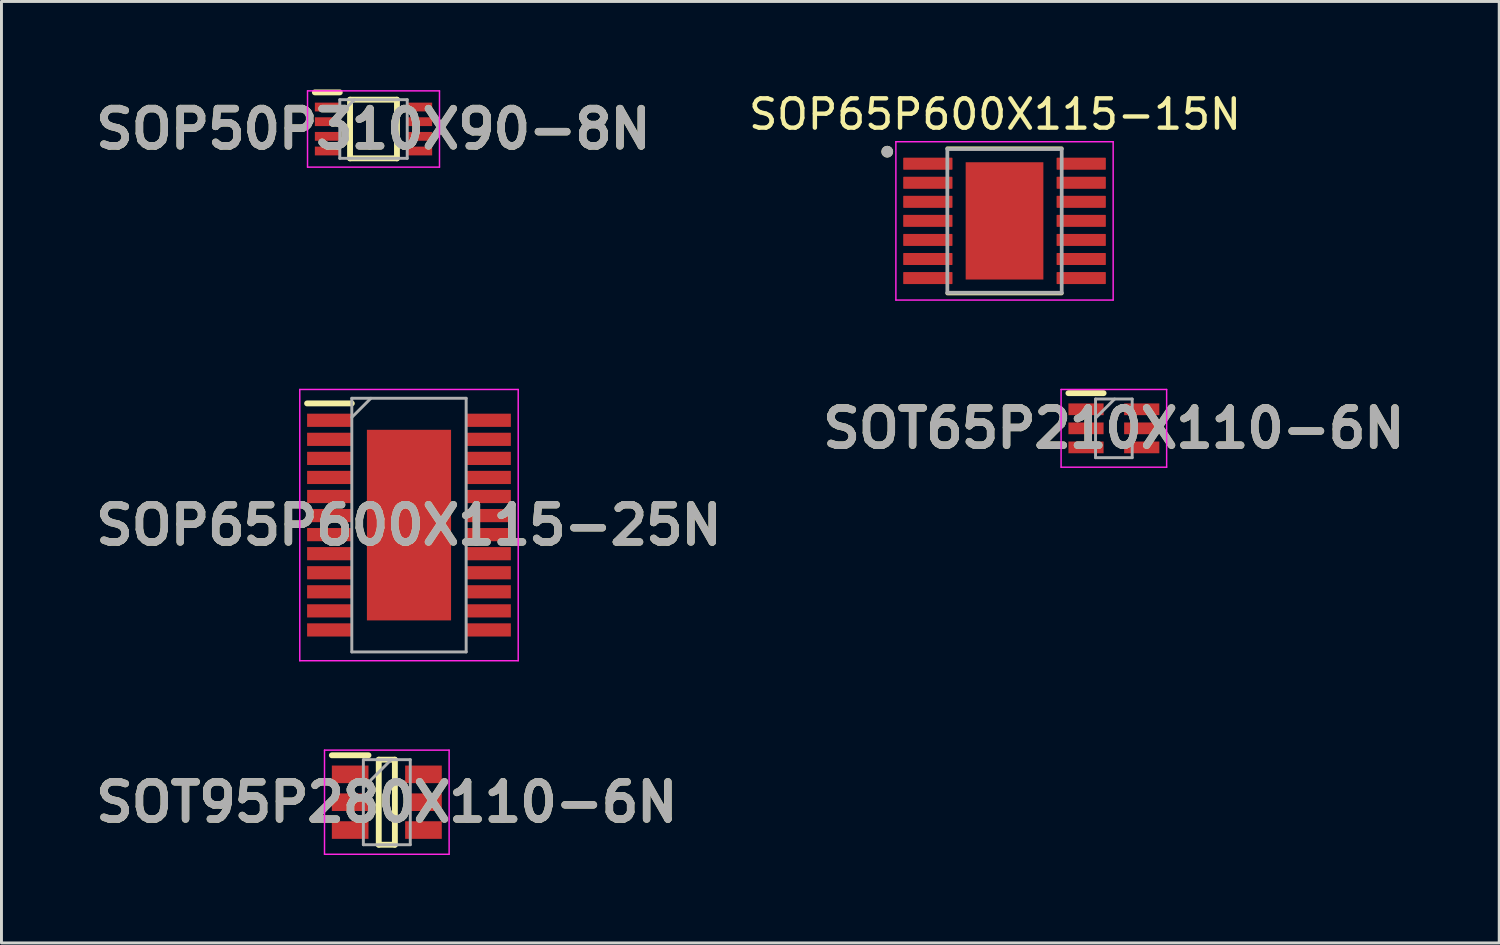
<source format=kicad_pcb>
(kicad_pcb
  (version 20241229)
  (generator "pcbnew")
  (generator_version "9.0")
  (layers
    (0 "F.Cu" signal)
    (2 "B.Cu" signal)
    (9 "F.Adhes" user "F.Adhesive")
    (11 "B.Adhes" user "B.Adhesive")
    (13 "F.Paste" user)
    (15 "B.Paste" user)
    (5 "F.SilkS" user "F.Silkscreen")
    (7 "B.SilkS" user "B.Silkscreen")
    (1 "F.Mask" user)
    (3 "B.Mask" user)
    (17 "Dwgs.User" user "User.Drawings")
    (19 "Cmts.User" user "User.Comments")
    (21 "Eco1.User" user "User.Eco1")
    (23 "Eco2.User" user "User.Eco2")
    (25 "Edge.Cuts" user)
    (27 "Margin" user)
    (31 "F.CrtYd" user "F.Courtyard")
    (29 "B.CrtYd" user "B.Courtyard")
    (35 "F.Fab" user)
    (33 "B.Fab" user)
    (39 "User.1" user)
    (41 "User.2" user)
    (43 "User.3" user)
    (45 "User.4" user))
  (footprint "SOT95P280X110-6N"
    (layer "F.Cu")
    (at 10.142 24.308)
    (property "Reference" "SOT95P280X110-6N" (at 0 0 0) (layer "F.SilkS") (effects (font (size 1.27 1.27) (thickness 0.254))))
    (attr smd)
    (fp_line (start -1.875 -1.6) (end -0.625 -1.6) (stroke (width 0.2) (type solid)) (layer "F.SilkS"))
    (fp_line (start -0.275 -1.45) (end 0.275 -1.45) (stroke (width 0.2) (type solid)) (layer "F.SilkS"))
    (fp_line (start -0.275 1.45) (end -0.275 -1.45) (stroke (width 0.2) (type solid)) (layer "F.SilkS"))
    (fp_line (start 0.275 -1.45) (end 0.275 1.45) (stroke (width 0.2) (type solid)) (layer "F.SilkS"))
    (fp_line (start 0.275 1.45) (end -0.275 1.45) (stroke (width 0.2) (type solid)) (layer "F.SilkS"))
    (fp_line (start -2.125 -1.775) (end 2.125 -1.775) (stroke (width 0.05) (type solid)) (layer "F.CrtYd"))
    (fp_line (start -2.125 1.775) (end -2.125 -1.775) (stroke (width 0.05) (type solid)) (layer "F.CrtYd"))
    (fp_line (start 2.125 -1.775) (end 2.125 1.775) (stroke (width 0.05) (type solid)) (layer "F.CrtYd"))
    (fp_line (start 2.125 1.775) (end -2.125 1.775) (stroke (width 0.05) (type solid)) (layer "F.CrtYd"))
    (fp_line (start -0.8 -1.45) (end 0.8 -1.45) (stroke (width 0.1) (type solid)) (layer "F.Fab"))
    (fp_line (start -0.8 -0.5) (end 0.15 -1.45) (stroke (width 0.1) (type solid)) (layer "F.Fab"))
    (fp_line (start -0.8 1.45) (end -0.8 -1.45) (stroke (width 0.1) (type solid)) (layer "F.Fab"))
    (fp_line (start 0.8 -1.45) (end 0.8 1.45) (stroke (width 0.1) (type solid)) (layer "F.Fab"))
    (fp_line (start 0.8 1.45) (end -0.8 1.45) (stroke (width 0.1) (type solid)) (layer "F.Fab"))
    (fp_text user "${REFERENCE}" (at 0 0 0) (layer "F.Fab") (effects (font (size 1.27 1.27) (thickness 0.254))))
    (pad "1" smd rect (at -1.25 -0.95 90) (size 0.6 1.25) (layers "F.Cu" "F.Mask" "F.Paste"))
    (pad "2" smd rect (at -1.25 0 90) (size 0.6 1.25) (layers "F.Cu" "F.Mask" "F.Paste"))
    (pad "3" smd rect (at -1.25 0.95 90) (size 0.6 1.25) (layers "F.Cu" "F.Mask" "F.Paste"))
    (pad "4" smd rect (at 1.25 0.95 90) (size 0.6 1.25) (layers "F.Cu" "F.Mask" "F.Paste"))
    (pad "5" smd rect (at 1.25 0 90) (size 0.6 1.25) (layers "F.Cu" "F.Mask" "F.Paste"))
    (pad "6" smd rect (at 1.25 -0.95 90) (size 0.6 1.25) (layers "F.Cu" "F.Mask" "F.Paste")))
  (footprint "SOP65P600X115-15N"
    (layer "F.Cu")
    (at 31.208 4.483)
    (property "Reference" "SOP65P600X115-15N" (at -0.325 -3.635 0) (layer "F.SilkS") (effects (font (size 1 1) (thickness 0.15))))
    (attr through_hole)
    (fp_line (start -1.95 -2.475) (end 1.95 -2.475) (stroke (width 0.127) (type solid)) (layer "F.SilkS"))
    (fp_line (start -1.95 2.475) (end 1.95 2.475) (stroke (width 0.127) (type solid)) (layer "F.SilkS"))
    (fp_circle (center -4 -2.36) (end -3.9 -2.36) (stroke (width 0.2) (type solid)) (fill no) (layer "F.SilkS"))
    (fp_poly (pts (xy -0.838 -1.26) (xy 0.838 -1.26) (xy 0.838 1.26) (xy -0.838 1.26)) (stroke (width 0.01) (type solid)) (fill yes) (layer "F.Paste"))
    (fp_line (start -3.705 -2.7) (end -3.705 2.7) (stroke (width 0.05) (type solid)) (layer "F.CrtYd"))
    (fp_line (start -3.705 -2.7) (end 3.705 -2.7) (stroke (width 0.05) (type solid)) (layer "F.CrtYd"))
    (fp_line (start -3.705 2.7) (end 3.705 2.7) (stroke (width 0.05) (type solid)) (layer "F.CrtYd"))
    (fp_line (start 3.705 -2.7) (end 3.705 2.7) (stroke (width 0.05) (type solid)) (layer "F.CrtYd"))
    (fp_line (start -1.95 -2.45) (end -1.95 2.45) (stroke (width 0.127) (type solid)) (layer "F.Fab"))
    (fp_line (start -1.95 -2.45) (end 1.95 -2.45) (stroke (width 0.127) (type solid)) (layer "F.Fab"))
    (fp_line (start -1.95 2.45) (end 1.95 2.45) (stroke (width 0.127) (type solid)) (layer "F.Fab"))
    (fp_line (start 1.95 -2.45) (end 1.95 2.45) (stroke (width 0.127) (type solid)) (layer "F.Fab"))
    (fp_circle (center -4 -2.36) (end -3.9 -2.36) (stroke (width 0.2) (type solid)) (fill no) (layer "F.Fab"))
    (pad "1" smd roundrect (at -2.615 -1.95) (size 1.68 0.41) (layers "F.Cu" "F.Mask" "F.Paste") (roundrect_rratio 0.05))
    (pad "2" smd roundrect (at -2.615 -1.3) (size 1.68 0.41) (layers "F.Cu" "F.Mask" "F.Paste") (roundrect_rratio 0.05))
    (pad "3" smd roundrect (at -2.615 -0.65) (size 1.68 0.41) (layers "F.Cu" "F.Mask" "F.Paste") (roundrect_rratio 0.05))
    (pad "4" smd roundrect (at -2.615 0) (size 1.68 0.41) (layers "F.Cu" "F.Mask" "F.Paste") (roundrect_rratio 0.05))
    (pad "5" smd roundrect (at -2.615 0.65) (size 1.68 0.41) (layers "F.Cu" "F.Mask" "F.Paste") (roundrect_rratio 0.05))
    (pad "6" smd roundrect (at -2.615 1.3) (size 1.68 0.41) (layers "F.Cu" "F.Mask" "F.Paste") (roundrect_rratio 0.05))
    (pad "7" smd roundrect (at -2.615 1.95) (size 1.68 0.41) (layers "F.Cu" "F.Mask" "F.Paste") (roundrect_rratio 0.05))
    (pad "8" smd roundrect (at 2.615 1.95) (size 1.68 0.41) (layers "F.Cu" "F.Mask" "F.Paste") (roundrect_rratio 0.05))
    (pad "9" smd roundrect (at 2.615 1.3) (size 1.68 0.41) (layers "F.Cu" "F.Mask" "F.Paste") (roundrect_rratio 0.05))
    (pad "10" smd roundrect (at 2.615 0.65) (size 1.68 0.41) (layers "F.Cu" "F.Mask" "F.Paste") (roundrect_rratio 0.05))
    (pad "11" smd roundrect (at 2.615 0) (size 1.68 0.41) (layers "F.Cu" "F.Mask" "F.Paste") (roundrect_rratio 0.05))
    (pad "12" smd roundrect (at 2.615 -0.65) (size 1.68 0.41) (layers "F.Cu" "F.Mask" "F.Paste") (roundrect_rratio 0.05))
    (pad "13" smd roundrect (at 2.615 -1.3) (size 1.68 0.41) (layers "F.Cu" "F.Mask" "F.Paste") (roundrect_rratio 0.05))
    (pad "14" smd roundrect (at 2.615 -1.95) (size 1.68 0.41) (layers "F.Cu" "F.Mask" "F.Paste") (roundrect_rratio 0.05))
    (pad "15" smd rect (at 0 0) (size 2.65 4) (layers "F.Cu" "F.Mask")))
  (footprint "SOP50P310X90-8N"
    (layer "F.Cu")
    (at 9.688 1.35)
    (property "Reference" "SOP50P310X90-8N" (at 0 0 0) (layer "F.SilkS") (effects (font (size 1.27 1.27) (thickness 0.254))))
    (attr smd)
    (fp_line (start -2 -1.25) (end -1.15 -1.25) (stroke (width 0.2) (type solid)) (layer "F.SilkS"))
    (fp_line (start -0.8 -1) (end 0.8 -1) (stroke (width 0.2) (type solid)) (layer "F.SilkS"))
    (fp_line (start -0.8 1) (end -0.8 -1) (stroke (width 0.2) (type solid)) (layer "F.SilkS"))
    (fp_line (start 0.8 -1) (end 0.8 1) (stroke (width 0.2) (type solid)) (layer "F.SilkS"))
    (fp_line (start 0.8 1) (end -0.8 1) (stroke (width 0.2) (type solid)) (layer "F.SilkS"))
    (fp_line (start -2.25 -1.3) (end 2.25 -1.3) (stroke (width 0.05) (type solid)) (layer "F.CrtYd"))
    (fp_line (start -2.25 1.3) (end -2.25 -1.3) (stroke (width 0.05) (type solid)) (layer "F.CrtYd"))
    (fp_line (start 2.25 -1.3) (end 2.25 1.3) (stroke (width 0.05) (type solid)) (layer "F.CrtYd"))
    (fp_line (start 2.25 1.3) (end -2.25 1.3) (stroke (width 0.05) (type solid)) (layer "F.CrtYd"))
    (fp_line (start -1.15 -1) (end 1.15 -1) (stroke (width 0.1) (type solid)) (layer "F.Fab"))
    (fp_line (start -1.15 -0.5) (end -0.65 -1) (stroke (width 0.1) (type solid)) (layer "F.Fab"))
    (fp_line (start -1.15 1) (end -1.15 -1) (stroke (width 0.1) (type solid)) (layer "F.Fab"))
    (fp_line (start 1.15 -1) (end 1.15 1) (stroke (width 0.1) (type solid)) (layer "F.Fab"))
    (fp_line (start 1.15 1) (end -1.15 1) (stroke (width 0.1) (type solid)) (layer "F.Fab"))
    (fp_text user "${REFERENCE}" (at 0 0 0) (layer "F.Fab") (effects (font (size 1.27 1.27) (thickness 0.254))))
    (pad "1" smd rect (at -1.575 -0.75 90) (size 0.3 0.85) (layers "F.Cu" "F.Mask" "F.Paste"))
    (pad "2" smd rect (at -1.575 -0.25 90) (size 0.3 0.85) (layers "F.Cu" "F.Mask" "F.Paste"))
    (pad "3" smd rect (at -1.575 0.25 90) (size 0.3 0.85) (layers "F.Cu" "F.Mask" "F.Paste"))
    (pad "4" smd rect (at -1.575 0.75 90) (size 0.3 0.85) (layers "F.Cu" "F.Mask" "F.Paste"))
    (pad "5" smd rect (at 1.575 0.75 90) (size 0.3 0.85) (layers "F.Cu" "F.Mask" "F.Paste"))
    (pad "6" smd rect (at 1.575 0.25 90) (size 0.3 0.85) (layers "F.Cu" "F.Mask" "F.Paste"))
    (pad "7" smd rect (at 1.575 -0.25 90) (size 0.3 0.85) (layers "F.Cu" "F.Mask" "F.Paste"))
    (pad "8" smd rect (at 1.575 -0.75 90) (size 0.3 0.85) (layers "F.Cu" "F.Mask" "F.Paste")))
  (footprint "SOP65P600X115-25N"
    (layer "F.Cu")
    (at 10.898 14.858)
    (property "Reference" "SOP65P600X115-25N" (at 0 0 0) (layer "F.SilkS") (effects (font (size 1.27 1.27) (thickness 0.254))))
    (attr smd)
    (fp_line (start -3.475 -4.15) (end -1.95 -4.15) (stroke (width 0.2) (type solid)) (layer "F.SilkS"))
    (fp_line (start -3.725 -4.625) (end 3.725 -4.625) (stroke (width 0.05) (type solid)) (layer "F.CrtYd"))
    (fp_line (start -3.725 4.625) (end -3.725 -4.625) (stroke (width 0.05) (type solid)) (layer "F.CrtYd"))
    (fp_line (start 3.725 -4.625) (end 3.725 4.625) (stroke (width 0.05) (type solid)) (layer "F.CrtYd"))
    (fp_line (start 3.725 4.625) (end -3.725 4.625) (stroke (width 0.05) (type solid)) (layer "F.CrtYd"))
    (fp_line (start -1.95 -4.325) (end 1.95 -4.325) (stroke (width 0.1) (type solid)) (layer "F.Fab"))
    (fp_line (start -1.95 -3.675) (end -1.3 -4.325) (stroke (width 0.1) (type solid)) (layer "F.Fab"))
    (fp_line (start -1.95 4.325) (end -1.95 -4.325) (stroke (width 0.1) (type solid)) (layer "F.Fab"))
    (fp_line (start 1.95 -4.325) (end 1.95 4.325) (stroke (width 0.1) (type solid)) (layer "F.Fab"))
    (fp_line (start 1.95 4.325) (end -1.95 4.325) (stroke (width 0.1) (type solid)) (layer "F.Fab"))
    (fp_text user "${REFERENCE}" (at 0 0 0) (layer "F.Fab") (effects (font (size 1.27 1.27) (thickness 0.254))))
    (pad "1" smd rect (at -2.712 -3.575 90) (size 0.45 1.525) (layers "F.Cu" "F.Mask" "F.Paste"))
    (pad "2" smd rect (at -2.712 -2.925 90) (size 0.45 1.525) (layers "F.Cu" "F.Mask" "F.Paste"))
    (pad "3" smd rect (at -2.712 -2.275 90) (size 0.45 1.525) (layers "F.Cu" "F.Mask" "F.Paste"))
    (pad "4" smd rect (at -2.712 -1.625 90) (size 0.45 1.525) (layers "F.Cu" "F.Mask" "F.Paste"))
    (pad "5" smd rect (at -2.712 -0.975 90) (size 0.45 1.525) (layers "F.Cu" "F.Mask" "F.Paste"))
    (pad "6" smd rect (at -2.712 -0.325 90) (size 0.45 1.525) (layers "F.Cu" "F.Mask" "F.Paste"))
    (pad "7" smd rect (at -2.712 0.325 90) (size 0.45 1.525) (layers "F.Cu" "F.Mask" "F.Paste"))
    (pad "8" smd rect (at -2.712 0.975 90) (size 0.45 1.525) (layers "F.Cu" "F.Mask" "F.Paste"))
    (pad "9" smd rect (at -2.712 1.625 90) (size 0.45 1.525) (layers "F.Cu" "F.Mask" "F.Paste"))
    (pad "10" smd rect (at -2.712 2.275 90) (size 0.45 1.525) (layers "F.Cu" "F.Mask" "F.Paste"))
    (pad "11" smd rect (at -2.712 2.925 90) (size 0.45 1.525) (layers "F.Cu" "F.Mask" "F.Paste"))
    (pad "12" smd rect (at -2.712 3.575 90) (size 0.45 1.525) (layers "F.Cu" "F.Mask" "F.Paste"))
    (pad "13" smd rect (at 2.712 3.575 90) (size 0.45 1.525) (layers "F.Cu" "F.Mask" "F.Paste"))
    (pad "14" smd rect (at 2.712 2.925 90) (size 0.45 1.525) (layers "F.Cu" "F.Mask" "F.Paste"))
    (pad "15" smd rect (at 2.712 2.275 90) (size 0.45 1.525) (layers "F.Cu" "F.Mask" "F.Paste"))
    (pad "16" smd rect (at 2.712 1.625 90) (size 0.45 1.525) (layers "F.Cu" "F.Mask" "F.Paste"))
    (pad "17" smd rect (at 2.712 0.975 90) (size 0.45 1.525) (layers "F.Cu" "F.Mask" "F.Paste"))
    (pad "18" smd rect (at 2.712 0.325 90) (size 0.45 1.525) (layers "F.Cu" "F.Mask" "F.Paste"))
    (pad "19" smd rect (at 2.712 -0.325 90) (size 0.45 1.525) (layers "F.Cu" "F.Mask" "F.Paste"))
    (pad "20" smd rect (at 2.712 -0.975 90) (size 0.45 1.525) (layers "F.Cu" "F.Mask" "F.Paste"))
    (pad "21" smd rect (at 2.712 -1.625 90) (size 0.45 1.525) (layers "F.Cu" "F.Mask" "F.Paste"))
    (pad "22" smd rect (at 2.712 -2.275 90) (size 0.45 1.525) (layers "F.Cu" "F.Mask" "F.Paste"))
    (pad "23" smd rect (at 2.712 -2.925 90) (size 0.45 1.525) (layers "F.Cu" "F.Mask" "F.Paste"))
    (pad "24" smd rect (at 2.712 -3.575 90) (size 0.45 1.525) (layers "F.Cu" "F.Mask" "F.Paste"))
    (pad "25" smd rect (at 0 0) (size 2.87 6.5) (layers "F.Cu" "F.Mask" "F.Paste")))
  (footprint "SOT65P210X110-6N"
    (layer "F.Cu")
    (at 34.937 11.558)
    (property "Reference" "SOT65P210X110-6N" (at 0 0 0) (layer "F.SilkS") (effects (font (size 1.27 1.27) (thickness 0.254))))
    (attr smd)
    (fp_line (start -1.55 -1.2) (end -0.35 -1.2) (stroke (width 0.2) (type solid)) (layer "F.SilkS"))
    (fp_line (start -1.8 -1.325) (end 1.8 -1.325) (stroke (width 0.05) (type solid)) (layer "F.CrtYd"))
    (fp_line (start -1.8 1.325) (end -1.8 -1.325) (stroke (width 0.05) (type solid)) (layer "F.CrtYd"))
    (fp_line (start 1.8 -1.325) (end 1.8 1.325) (stroke (width 0.05) (type solid)) (layer "F.CrtYd"))
    (fp_line (start 1.8 1.325) (end -1.8 1.325) (stroke (width 0.05) (type solid)) (layer "F.CrtYd"))
    (fp_line (start -0.625 -1) (end 0.625 -1) (stroke (width 0.1) (type solid)) (layer "F.Fab"))
    (fp_line (start -0.625 -0.35) (end 0.025 -1) (stroke (width 0.1) (type solid)) (layer "F.Fab"))
    (fp_line (start -0.625 1) (end -0.625 -1) (stroke (width 0.1) (type solid)) (layer "F.Fab"))
    (fp_line (start 0.625 -1) (end 0.625 1) (stroke (width 0.1) (type solid)) (layer "F.Fab"))
    (fp_line (start 0.625 1) (end -0.625 1) (stroke (width 0.1) (type solid)) (layer "F.Fab"))
    (fp_text user "${REFERENCE}" (at 0 0 0) (layer "F.Fab") (effects (font (size 1.27 1.27) (thickness 0.254))))
    (pad "1" smd rect (at -0.95 -0.65 90) (size 0.4 1.2) (layers "F.Cu" "F.Mask" "F.Paste"))
    (pad "2" smd rect (at -0.95 0 90) (size 0.4 1.2) (layers "F.Cu" "F.Mask" "F.Paste"))
    (pad "3" smd rect (at -0.95 0.65 90) (size 0.4 1.2) (layers "F.Cu" "F.Mask" "F.Paste"))
    (pad "4" smd rect (at 0.95 0.65 90) (size 0.4 1.2) (layers "F.Cu" "F.Mask" "F.Paste"))
    (pad "5" smd rect (at 0.95 0 90) (size 0.4 1.2) (layers "F.Cu" "F.Mask" "F.Paste"))
    (pad "6" smd rect (at 0.95 -0.65 90) (size 0.4 1.2) (layers "F.Cu" "F.Mask" "F.Paste")))
  (gr_rect
    (start -3 -3)
    (end 48.079 29.108)
    (stroke (width 0.1) (type default))
    (fill no)
    (layer "Edge.Cuts")))
</source>
